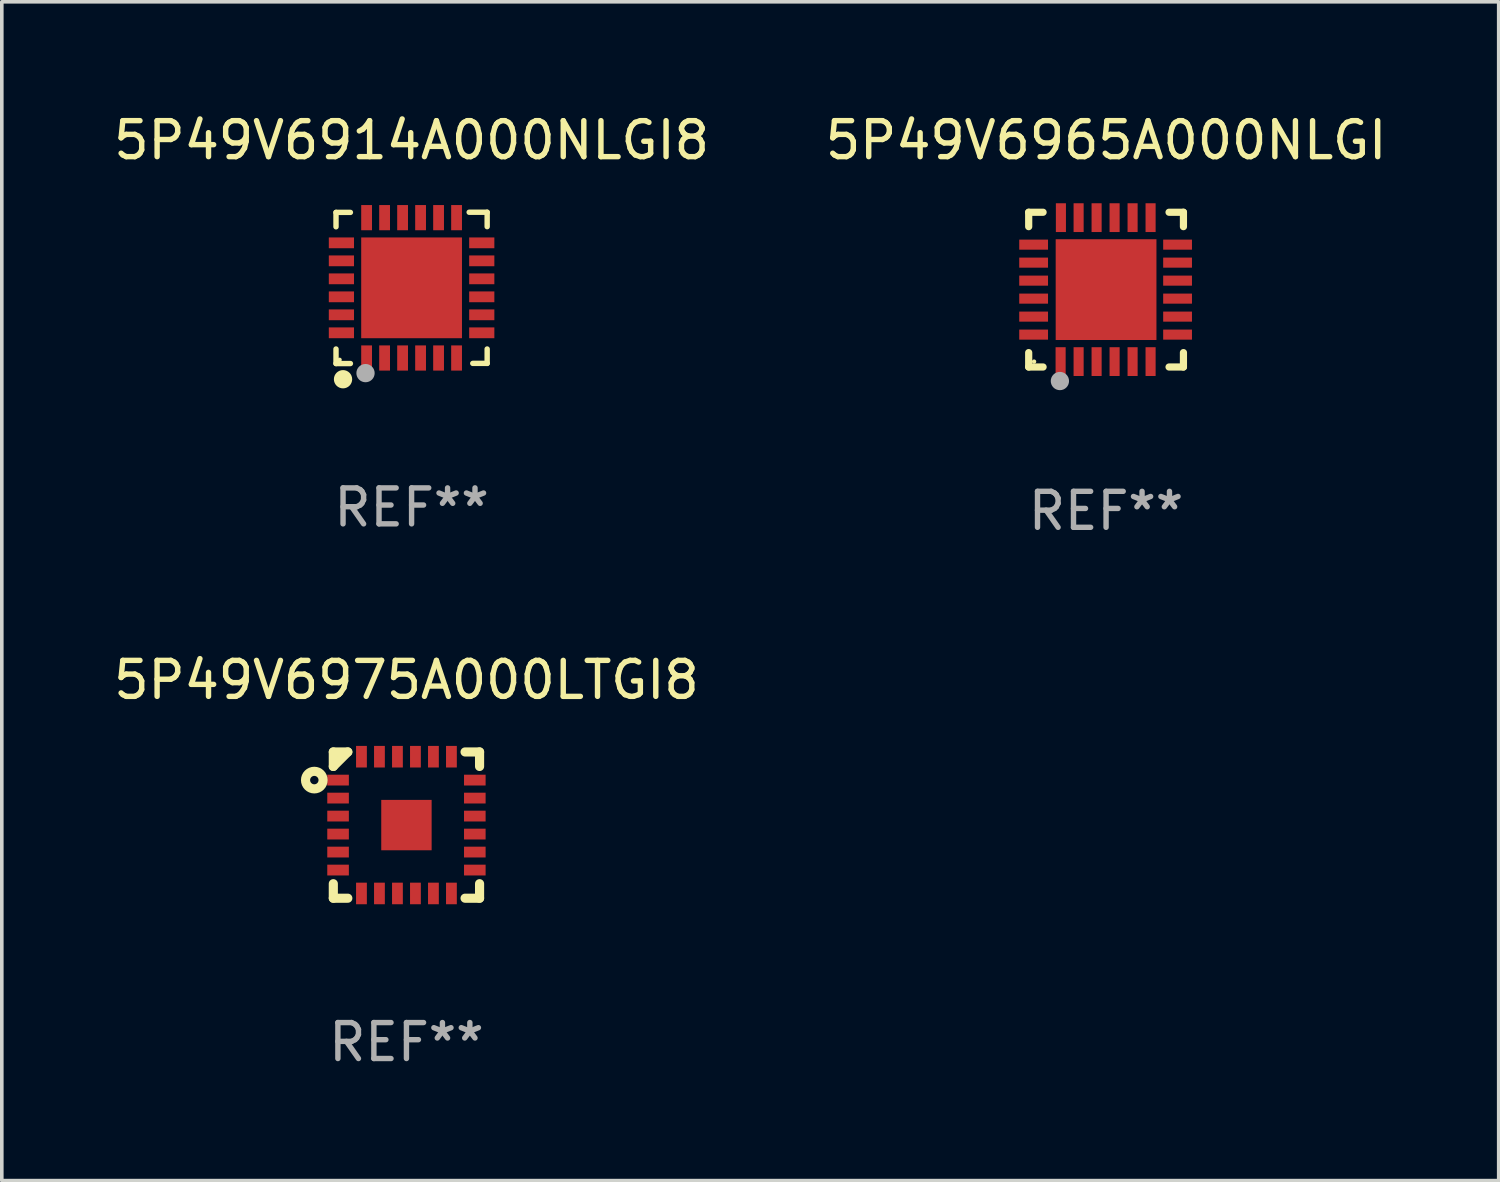
<source format=kicad_pcb>
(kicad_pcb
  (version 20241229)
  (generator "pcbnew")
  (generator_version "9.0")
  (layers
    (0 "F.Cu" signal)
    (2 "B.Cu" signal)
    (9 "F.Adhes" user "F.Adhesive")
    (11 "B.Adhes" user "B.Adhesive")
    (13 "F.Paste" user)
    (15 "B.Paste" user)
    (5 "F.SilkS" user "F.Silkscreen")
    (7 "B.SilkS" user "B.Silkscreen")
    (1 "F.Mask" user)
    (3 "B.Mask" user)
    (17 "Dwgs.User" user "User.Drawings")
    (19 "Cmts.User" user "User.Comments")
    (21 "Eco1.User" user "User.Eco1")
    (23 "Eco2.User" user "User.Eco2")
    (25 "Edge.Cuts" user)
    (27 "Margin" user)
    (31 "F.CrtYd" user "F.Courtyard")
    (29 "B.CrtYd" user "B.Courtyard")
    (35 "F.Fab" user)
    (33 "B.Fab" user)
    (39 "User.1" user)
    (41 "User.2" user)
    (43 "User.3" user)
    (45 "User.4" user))
  (footprint "5P49V6914A000NLGI8"
    (layer "F.Cu")
    (at 8.387 4.95)
    (property "Reference" "5P49V6914A000NLGI8" (at 0 -4.102 0) (layer "F.SilkS") (effects (font (size 1 1) (thickness 0.15))))
    (attr through_hole)
    (fp_line (start -2.1 -2.098) (end -1.7 -2.098) (stroke (width 0.15) (type solid)) (layer "F.SilkS"))
    (fp_line (start -2.1 -1.698) (end -2.1 -2.098) (stroke (width 0.15) (type solid)) (layer "F.SilkS"))
    (fp_line (start -2.1 2.102) (end -2.1 1.698) (stroke (width 0.15) (type solid)) (layer "F.SilkS"))
    (fp_line (start -1.7 2.102) (end -2.1 2.102) (stroke (width 0.15) (type solid)) (layer "F.SilkS"))
    (fp_line (start 1.6 -2.102) (end 2.1 -2.102) (stroke (width 0.15) (type solid)) (layer "F.SilkS"))
    (fp_line (start 1.7 2.098) (end 2.1 2.098) (stroke (width 0.15) (type solid)) (layer "F.SilkS"))
    (fp_line (start 2.1 -2.102) (end 2.1 -1.702) (stroke (width 0.15) (type solid)) (layer "F.SilkS"))
    (fp_line (start 2.1 2.098) (end 2.1 1.698) (stroke (width 0.15) (type solid)) (layer "F.SilkS"))
    (fp_circle (center -2 1.998) (end -1.97 1.998) (stroke (width 0.06) (type solid)) (fill no) (layer "F.SilkS"))
    (fp_circle (center -1.905 2.538) (end -1.778 2.538) (stroke (width 0.254) (type solid)) (fill no) (layer "F.SilkS"))
    (fp_circle (center -1.28 2.368) (end -1.153 2.368) (stroke (width 0.254) (type solid)) (fill no) (layer "F.Fab"))
    (fp_text user "REF**" (at 0 6.102 0) (layer "F.Fab") (effects (font (size 1 1) (thickness 0.15))))
    (pad "1" smd rect (at -1.25 1.948 180) (size 0.3 0.7) (layers "F.Cu" "F.Mask" "F.Paste"))
    (pad "2" smd rect (at -0.75 1.948 180) (size 0.3 0.7) (layers "F.Cu" "F.Mask" "F.Paste"))
    (pad "3" smd rect (at -0.25 1.948 180) (size 0.3 0.7) (layers "F.Cu" "F.Mask" "F.Paste"))
    (pad "4" smd rect (at 0.25 1.948 180) (size 0.3 0.7) (layers "F.Cu" "F.Mask" "F.Paste"))
    (pad "5" smd rect (at 0.75 1.948 180) (size 0.3 0.7) (layers "F.Cu" "F.Mask" "F.Paste"))
    (pad "6" smd rect (at 1.25 1.948 180) (size 0.3 0.7) (layers "F.Cu" "F.Mask" "F.Paste"))
    (pad "7" smd rect (at 1.95 1.248 270) (size 0.3 0.7) (layers "F.Cu" "F.Mask" "F.Paste"))
    (pad "8" smd rect (at 1.95 0.748 270) (size 0.3 0.7) (layers "F.Cu" "F.Mask" "F.Paste"))
    (pad "9" smd rect (at 1.95 0.248 270) (size 0.3 0.7) (layers "F.Cu" "F.Mask" "F.Paste"))
    (pad "10" smd rect (at 1.95 -0.252 270) (size 0.3 0.7) (layers "F.Cu" "F.Mask" "F.Paste"))
    (pad "11" smd rect (at 1.95 -0.752 270) (size 0.3 0.7) (layers "F.Cu" "F.Mask" "F.Paste"))
    (pad "12" smd rect (at 1.95 -1.252 270) (size 0.3 0.7) (layers "F.Cu" "F.Mask" "F.Paste"))
    (pad "13" smd rect (at 1.25 -1.952) (size 0.3 0.7) (layers "F.Cu" "F.Mask" "F.Paste"))
    (pad "14" smd rect (at 0.75 -1.952) (size 0.3 0.7) (layers "F.Cu" "F.Mask" "F.Paste"))
    (pad "15" smd rect (at 0.25 -1.952) (size 0.3 0.7) (layers "F.Cu" "F.Mask" "F.Paste"))
    (pad "16" smd rect (at -0.25 -1.952) (size 0.3 0.7) (layers "F.Cu" "F.Mask" "F.Paste"))
    (pad "17" smd rect (at -0.75 -1.952) (size 0.3 0.7) (layers "F.Cu" "F.Mask" "F.Paste"))
    (pad "18" smd rect (at -1.25 -1.952) (size 0.3 0.7) (layers "F.Cu" "F.Mask" "F.Paste"))
    (pad "19" smd rect (at -1.95 -1.252 90) (size 0.3 0.7) (layers "F.Cu" "F.Mask" "F.Paste"))
    (pad "20" smd rect (at -1.95 -0.752 90) (size 0.3 0.7) (layers "F.Cu" "F.Mask" "F.Paste"))
    (pad "21" smd rect (at -1.95 -0.252 90) (size 0.3 0.7) (layers "F.Cu" "F.Mask" "F.Paste"))
    (pad "22" smd rect (at -1.95 0.248 90) (size 0.3 0.7) (layers "F.Cu" "F.Mask" "F.Paste"))
    (pad "23" smd rect (at -1.95 0.748 90) (size 0.3 0.7) (layers "F.Cu" "F.Mask" "F.Paste"))
    (pad "24" smd rect (at -1.95 1.248 90) (size 0.3 0.7) (layers "F.Cu" "F.Mask" "F.Paste"))
    (pad "25" smd rect (at 0.000038 -0.002) (size 2.8 2.8) (layers "F.Cu" "F.Mask" "F.Paste")))
  (footprint "5P49V6965A000NLGI"
    (layer "F.Cu")
    (at 27.685 4.998)
    (property "Reference" "5P49V6965A000NLGI" (at 0 -4.15 0) (layer "F.SilkS") (effects (font (size 1 1) (thickness 0.15))))
    (attr through_hole)
    (fp_line (start -2.15 -2.15) (end -1.75 -2.15) (stroke (width 0.2) (type solid)) (layer "F.SilkS"))
    (fp_line (start -2.15 -1.75) (end -2.15 -2.15) (stroke (width 0.2) (type solid)) (layer "F.SilkS"))
    (fp_line (start -2.15 2.15) (end -2.15 1.75) (stroke (width 0.2) (type solid)) (layer "F.SilkS"))
    (fp_line (start -1.75 2.15) (end -2.15 2.15) (stroke (width 0.2) (type solid)) (layer "F.SilkS"))
    (fp_line (start 2.15 -2.15) (end 1.75 -2.15) (stroke (width 0.2) (type solid)) (layer "F.SilkS"))
    (fp_line (start 2.15 -1.75) (end 2.15 -2.15) (stroke (width 0.2) (type solid)) (layer "F.SilkS"))
    (fp_line (start 2.15 1.75) (end 2.15 2.15) (stroke (width 0.2) (type solid)) (layer "F.SilkS"))
    (fp_line (start 2.15 2.15) (end 1.75 2.15) (stroke (width 0.2) (type solid)) (layer "F.SilkS"))
    (fp_circle (center -2 2) (end -1.97 2) (stroke (width 0.06) (type solid)) (fill no) (layer "F.SilkS"))
    (fp_circle (center -1.283 2.54) (end -1.156 2.54) (stroke (width 0.254) (type solid)) (fill no) (layer "F.Fab"))
    (fp_text user "REF**" (at 0 6.15 0) (layer "F.Fab") (effects (font (size 1 1) (thickness 0.15))))
    (pad "1" smd rect (at -1.263 2 180) (size 0.28 0.8) (layers "F.Cu" "F.Mask" "F.Paste"))
    (pad "2" smd rect (at -0.763 2 180) (size 0.28 0.8) (layers "F.Cu" "F.Mask" "F.Paste"))
    (pad "3" smd rect (at -0.263 2 180) (size 0.28 0.8) (layers "F.Cu" "F.Mask" "F.Paste"))
    (pad "4" smd rect (at 0.237 2 180) (size 0.28 0.8) (layers "F.Cu" "F.Mask" "F.Paste"))
    (pad "5" smd rect (at 0.737 2 180) (size 0.28 0.8) (layers "F.Cu" "F.Mask" "F.Paste"))
    (pad "6" smd rect (at 1.237 2 180) (size 0.28 0.8) (layers "F.Cu" "F.Mask" "F.Paste"))
    (pad "7" smd rect (at 1.987 1.25 90) (size 0.28 0.8) (layers "F.Cu" "F.Mask" "F.Paste"))
    (pad "8" smd rect (at 1.987 0.75 90) (size 0.28 0.8) (layers "F.Cu" "F.Mask" "F.Paste"))
    (pad "9" smd rect (at 1.987 0.25 90) (size 0.28 0.8) (layers "F.Cu" "F.Mask" "F.Paste"))
    (pad "10" smd rect (at 1.987 -0.25 90) (size 0.28 0.8) (layers "F.Cu" "F.Mask" "F.Paste"))
    (pad "11" smd rect (at 1.987 -0.75 90) (size 0.28 0.8) (layers "F.Cu" "F.Mask" "F.Paste"))
    (pad "12" smd rect (at 1.987 -1.25 90) (size 0.28 0.8) (layers "F.Cu" "F.Mask" "F.Paste"))
    (pad "13" smd rect (at 1.237 -2 180) (size 0.28 0.8) (layers "F.Cu" "F.Mask" "F.Paste"))
    (pad "14" smd rect (at 0.737 -2 180) (size 0.28 0.8) (layers "F.Cu" "F.Mask" "F.Paste"))
    (pad "15" smd rect (at 0.237 -2 180) (size 0.28 0.8) (layers "F.Cu" "F.Mask" "F.Paste"))
    (pad "16" smd rect (at -0.263 -2 180) (size 0.28 0.8) (layers "F.Cu" "F.Mask" "F.Paste"))
    (pad "17" smd rect (at -0.763 -2 180) (size 0.28 0.8) (layers "F.Cu" "F.Mask" "F.Paste"))
    (pad "18" smd rect (at -1.255 -2 180) (size 0.28 0.8) (layers "F.Cu" "F.Mask" "F.Paste"))
    (pad "19" smd rect (at -2.013 -1.25 90) (size 0.28 0.8) (layers "F.Cu" "F.Mask" "F.Paste"))
    (pad "20" smd rect (at -2.013 -0.75 90) (size 0.28 0.8) (layers "F.Cu" "F.Mask" "F.Paste"))
    (pad "21" smd rect (at -2.013 -0.25 90) (size 0.28 0.8) (layers "F.Cu" "F.Mask" "F.Paste"))
    (pad "22" smd rect (at -2.013 0.25 90) (size 0.28 0.8) (layers "F.Cu" "F.Mask" "F.Paste"))
    (pad "23" smd rect (at -2.013 0.75 90) (size 0.28 0.8) (layers "F.Cu" "F.Mask" "F.Paste"))
    (pad "24" smd rect (at -2.013 1.25 90) (size 0.28 0.8) (layers "F.Cu" "F.Mask" "F.Paste"))
    (pad "25" smd rect (at -0.000013 0 90) (size 2.8 2.8) (layers "F.Cu" "F.Mask" "F.Paste")))
  (footprint "5P49V6975A000LTGI8"
    (layer "F.Cu")
    (at 8.244 19.877)
    (property "Reference" "5P49V6975A000LTGI8" (at 0 -4.032 0) (layer "F.SilkS") (effects (font (size 1 1) (thickness 0.15))))
    (attr through_hole)
    (fp_line (start -2.032 -2.032) (end -2.032 -1.629) (stroke (width 0.254) (type solid)) (layer "F.SilkS"))
    (fp_line (start -2.032 -1.629) (end -1.629 -2.032) (stroke (width 0.254) (type solid)) (layer "F.SilkS"))
    (fp_line (start -2.032 1.629) (end -2.032 2.032) (stroke (width 0.254) (type solid)) (layer "F.SilkS"))
    (fp_line (start -2.032 2.032) (end -1.629 2.032) (stroke (width 0.254) (type solid)) (layer "F.SilkS"))
    (fp_line (start -1.629 -2.032) (end -2.032 -2.032) (stroke (width 0.254) (type solid)) (layer "F.SilkS"))
    (fp_line (start 1.629 2.032) (end 2.032 2.032) (stroke (width 0.254) (type solid)) (layer "F.SilkS"))
    (fp_line (start 2.032 -2.032) (end 1.629 -2.032) (stroke (width 0.254) (type solid)) (layer "F.SilkS"))
    (fp_line (start 2.032 -1.629) (end 2.032 -2.032) (stroke (width 0.254) (type solid)) (layer "F.SilkS"))
    (fp_line (start 2.032 2.032) (end 2.032 1.629) (stroke (width 0.254) (type solid)) (layer "F.SilkS"))
    (fp_circle (center -2.56 -1.25) (end -2.443 -1.25) (stroke (width 0.254) (type solid)) (fill no) (layer "F.SilkS"))
    (fp_text user "REF**" (at 0 6.032 0) (layer "F.Fab") (effects (font (size 1 1) (thickness 0.15))))
    (pad "1" smd rect (at -1.9 -1.25) (size 0.6 0.3) (layers "F.Cu" "F.Mask" "F.Paste"))
    (pad "2" smd rect (at -1.9 -0.75) (size 0.6 0.3) (layers "F.Cu" "F.Mask" "F.Paste"))
    (pad "3" smd rect (at -1.9 -0.25) (size 0.6 0.3) (layers "F.Cu" "F.Mask" "F.Paste"))
    (pad "4" smd rect (at -1.9 0.25) (size 0.6 0.3) (layers "F.Cu" "F.Mask" "F.Paste"))
    (pad "5" smd rect (at -1.9 0.75) (size 0.6 0.3) (layers "F.Cu" "F.Mask" "F.Paste"))
    (pad "6" smd rect (at -1.9 1.25) (size 0.6 0.3) (layers "F.Cu" "F.Mask" "F.Paste"))
    (pad "7" smd rect (at -1.25 1.9) (size 0.3 0.6) (layers "F.Cu" "F.Mask" "F.Paste"))
    (pad "8" smd rect (at -0.75 1.9) (size 0.3 0.6) (layers "F.Cu" "F.Mask" "F.Paste"))
    (pad "9" smd rect (at -0.25 1.9) (size 0.3 0.6) (layers "F.Cu" "F.Mask" "F.Paste"))
    (pad "10" smd rect (at 0.25 1.9) (size 0.3 0.6) (layers "F.Cu" "F.Mask" "F.Paste"))
    (pad "11" smd rect (at 0.75 1.9) (size 0.3 0.6) (layers "F.Cu" "F.Mask" "F.Paste"))
    (pad "12" smd rect (at 1.25 1.9) (size 0.3 0.6) (layers "F.Cu" "F.Mask" "F.Paste"))
    (pad "13" smd rect (at 1.9 1.25) (size 0.6 0.3) (layers "F.Cu" "F.Mask" "F.Paste"))
    (pad "14" smd rect (at 1.9 0.75) (size 0.6 0.3) (layers "F.Cu" "F.Mask" "F.Paste"))
    (pad "15" smd rect (at 1.9 0.25) (size 0.6 0.3) (layers "F.Cu" "F.Mask" "F.Paste"))
    (pad "16" smd rect (at 1.9 -0.25) (size 0.6 0.3) (layers "F.Cu" "F.Mask" "F.Paste"))
    (pad "17" smd rect (at 1.9 -0.75) (size 0.6 0.3) (layers "F.Cu" "F.Mask" "F.Paste"))
    (pad "18" smd rect (at 1.9 -1.25) (size 0.6 0.3) (layers "F.Cu" "F.Mask" "F.Paste"))
    (pad "19" smd rect (at 1.25 -1.9) (size 0.3 0.6) (layers "F.Cu" "F.Mask" "F.Paste"))
    (pad "20" smd rect (at 0.75 -1.9) (size 0.3 0.6) (layers "F.Cu" "F.Mask" "F.Paste"))
    (pad "21" smd rect (at 0.25 -1.9) (size 0.3 0.6) (layers "F.Cu" "F.Mask" "F.Paste"))
    (pad "22" smd rect (at -0.25 -1.9) (size 0.3 0.6) (layers "F.Cu" "F.Mask" "F.Paste"))
    (pad "23" smd rect (at -0.75 -1.9) (size 0.3 0.6) (layers "F.Cu" "F.Mask" "F.Paste"))
    (pad "24" smd rect (at -1.25 -1.9) (size 0.3 0.6) (layers "F.Cu" "F.Mask" "F.Paste"))
    (pad "25" smd rect (at -0.000025 0.000051) (size 1.4 1.4) (layers "F.Cu" "F.Mask" "F.Paste")))
  (gr_rect
    (start -3 -3)
    (end 38.595 29.757)
    (stroke (width 0.1) (type default))
    (fill no)
    (layer "Edge.Cuts")))
</source>
